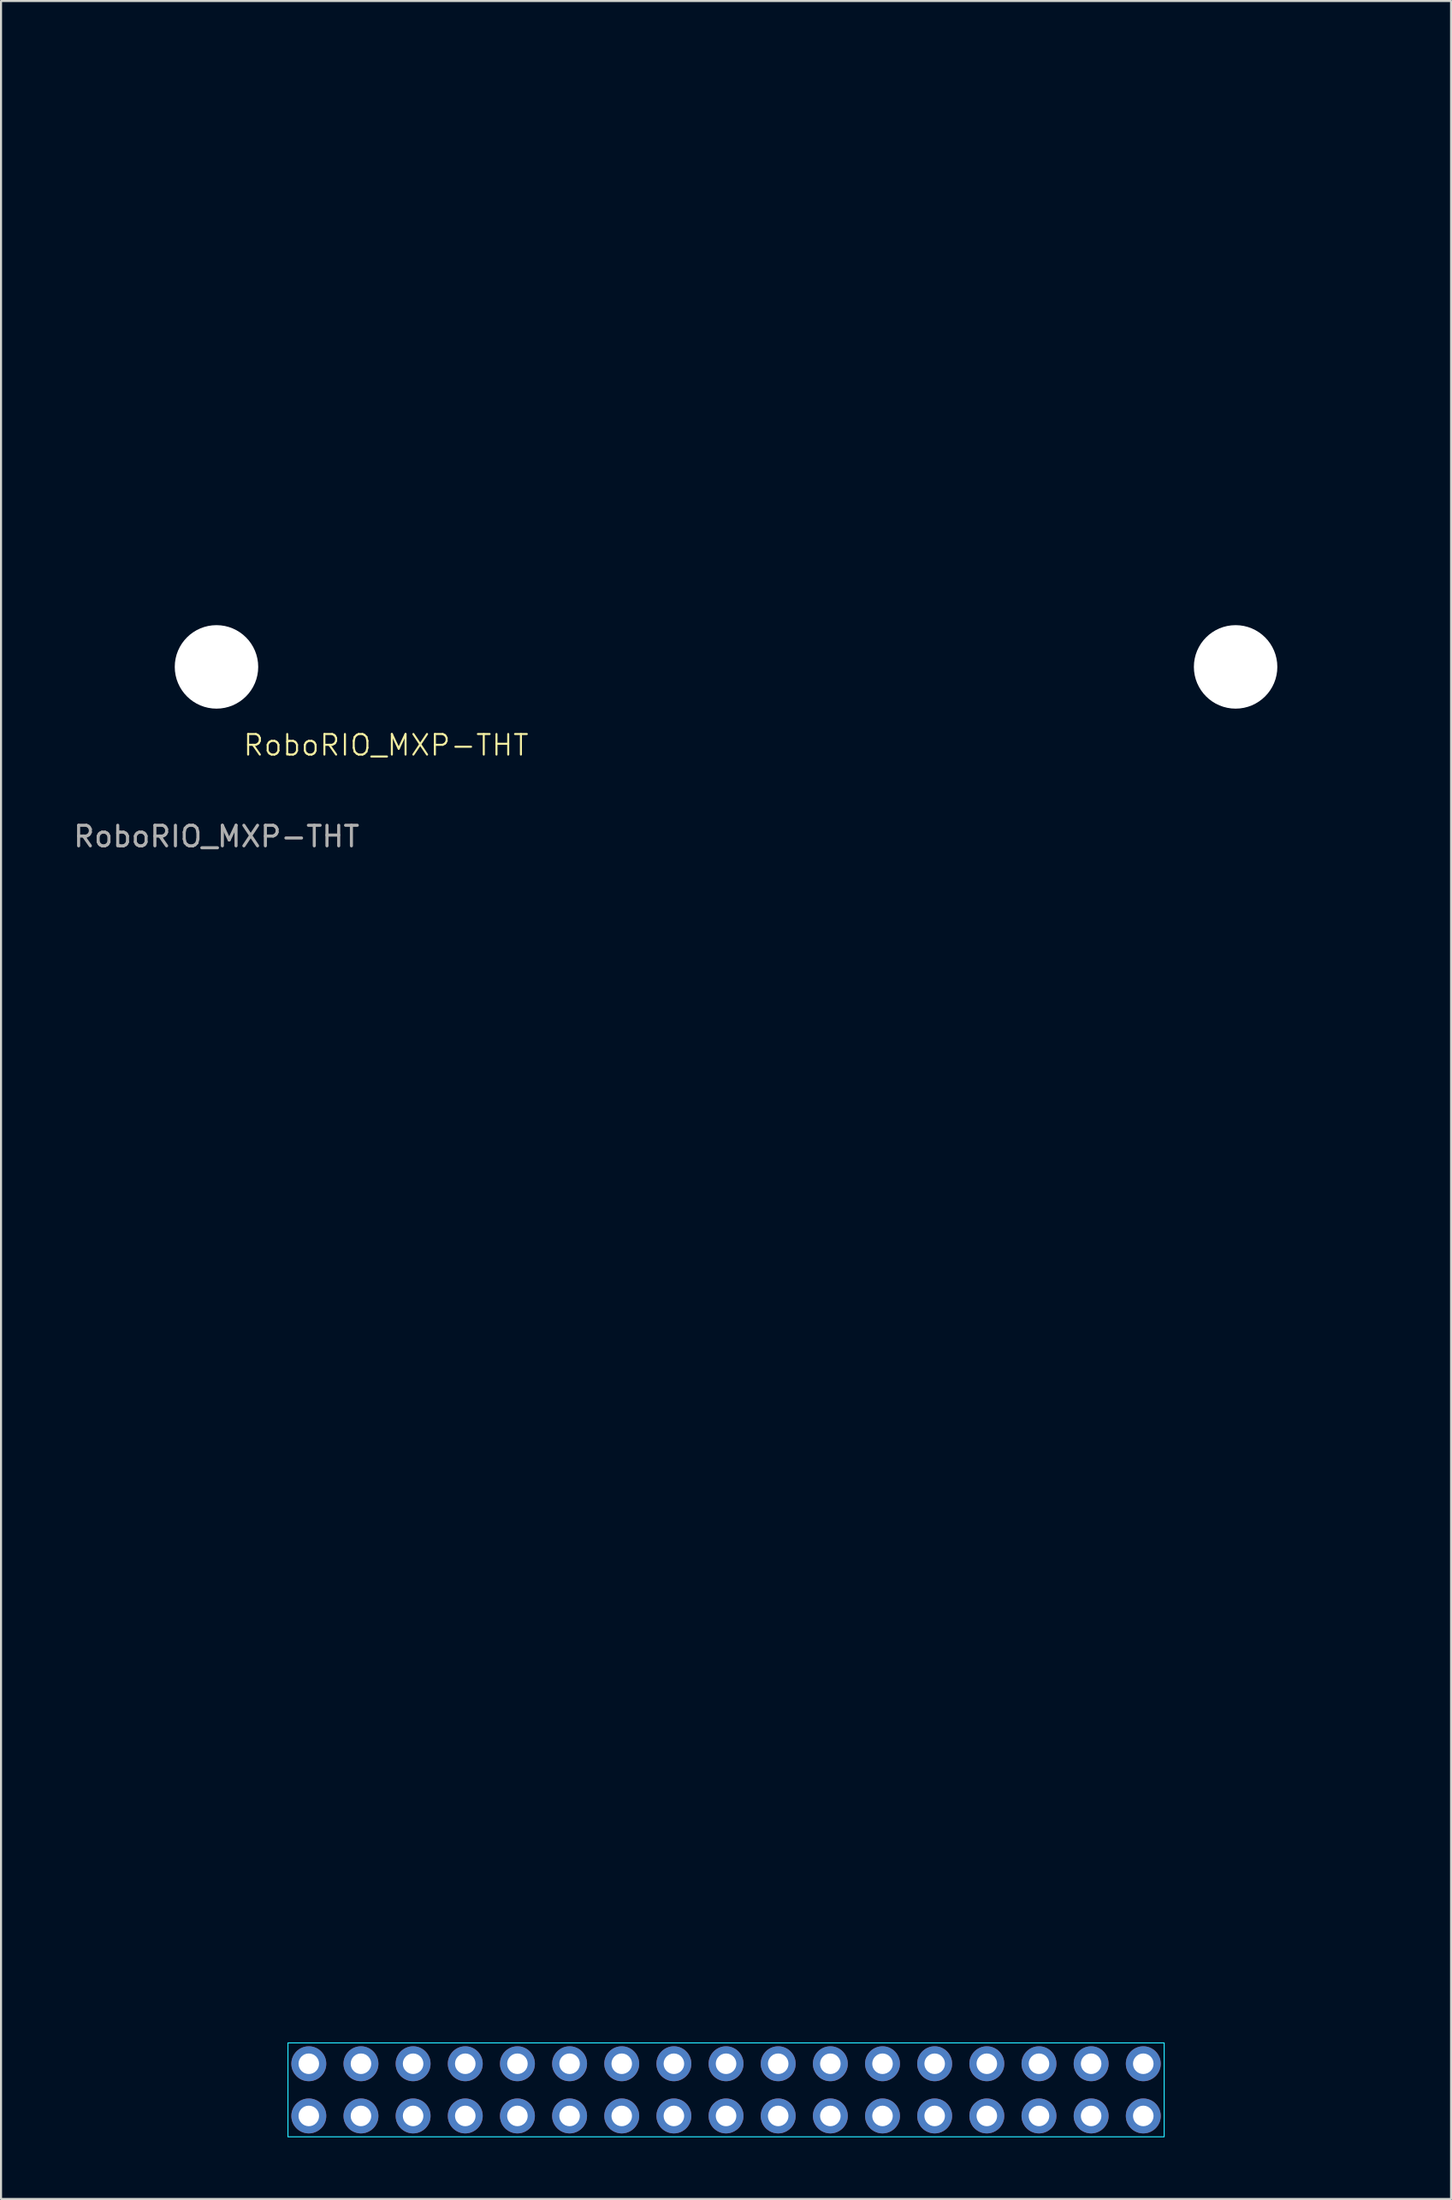
<source format=kicad_pcb>
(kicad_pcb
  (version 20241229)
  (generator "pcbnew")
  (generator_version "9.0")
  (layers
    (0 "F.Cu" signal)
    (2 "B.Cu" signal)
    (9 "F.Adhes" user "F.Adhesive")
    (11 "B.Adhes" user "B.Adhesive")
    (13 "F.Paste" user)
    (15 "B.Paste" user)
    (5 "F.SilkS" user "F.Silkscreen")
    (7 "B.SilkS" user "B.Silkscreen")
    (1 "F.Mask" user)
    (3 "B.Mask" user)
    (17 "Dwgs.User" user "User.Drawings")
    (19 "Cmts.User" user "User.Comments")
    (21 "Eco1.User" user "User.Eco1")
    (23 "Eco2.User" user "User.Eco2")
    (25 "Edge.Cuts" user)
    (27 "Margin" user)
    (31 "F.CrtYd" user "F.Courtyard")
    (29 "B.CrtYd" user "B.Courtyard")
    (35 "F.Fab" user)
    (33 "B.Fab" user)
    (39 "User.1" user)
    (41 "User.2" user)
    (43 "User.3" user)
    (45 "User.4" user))
  (footprint "RoboRIO_MXP-THT"
    (layer "F.Cu")
    (at 7.493 29.413)
    (property "Reference" "RoboRIO_MXP-THT" (at 8.255 3.81 0) (unlocked yes) (layer "F.SilkS") (effects (font (size 1 1) (thickness 0.1))))
    (attr through_hole allow_missing_courtyard)
    (fp_rect (start 3.48 66.98) (end 46.152 71.552) (stroke (width 0.05) (type solid)) (fill no) (layer "B.CrtYd"))
    (fp_text user "${REFERENCE}" (at 0 8.255 0) (unlocked yes) (layer "F.Fab") (effects (font (size 1 1) (thickness 0.15))))
    (pad "" np_thru_hole circle (at 0 0) (size 4.064 4.064) (drill 4.064) (layers "*.Cu" "*.Mask"))
    (pad "" np_thru_hole circle (at 49.632 0) (size 4.064 4.064) (drill 4.064) (layers "*.Cu" "*.Mask"))
    (pad "1" thru_hole oval (at 45.136 67.996) (size 1.7 1.7) (drill 1) (layers "*.Cu" "*.Mask"))
    (pad "2" thru_hole oval (at 45.136 70.536) (size 1.7 1.7) (drill 1) (layers "*.Cu" "*.Mask"))
    (pad "3" thru_hole oval (at 42.596 67.996) (size 1.7 1.7) (drill 1) (layers "*.Cu" "*.Mask"))
    (pad "4" thru_hole oval (at 42.596 70.536) (size 1.7 1.7) (drill 1) (layers "*.Cu" "*.Mask"))
    (pad "5" thru_hole oval (at 40.056 67.996) (size 1.7 1.7) (drill 1) (layers "*.Cu" "*.Mask"))
    (pad "6" thru_hole oval (at 40.056 70.536) (size 1.7 1.7) (drill 1) (layers "*.Cu" "*.Mask"))
    (pad "7" thru_hole oval (at 37.516 67.996) (size 1.7 1.7) (drill 1) (layers "*.Cu" "*.Mask"))
    (pad "8" thru_hole oval (at 37.516 70.536) (size 1.7 1.7) (drill 1) (layers "*.Cu" "*.Mask"))
    (pad "9" thru_hole oval (at 34.976 67.996) (size 1.7 1.7) (drill 1) (layers "*.Cu" "*.Mask"))
    (pad "10" thru_hole oval (at 34.976 70.536) (size 1.7 1.7) (drill 1) (layers "*.Cu" "*.Mask"))
    (pad "11" thru_hole oval (at 32.436 67.996) (size 1.7 1.7) (drill 1) (layers "*.Cu" "*.Mask"))
    (pad "12" thru_hole oval (at 32.436 70.536) (size 1.7 1.7) (drill 1) (layers "*.Cu" "*.Mask"))
    (pad "13" thru_hole oval (at 29.896 67.996) (size 1.7 1.7) (drill 1) (layers "*.Cu" "*.Mask"))
    (pad "14" thru_hole oval (at 29.896 70.536) (size 1.7 1.7) (drill 1) (layers "*.Cu" "*.Mask"))
    (pad "15" thru_hole oval (at 27.356 67.996) (size 1.7 1.7) (drill 1) (layers "*.Cu" "*.Mask"))
    (pad "16" thru_hole oval (at 27.356 70.536) (size 1.7 1.7) (drill 1) (layers "*.Cu" "*.Mask"))
    (pad "17" thru_hole oval (at 24.816 67.996) (size 1.7 1.7) (drill 1) (layers "*.Cu" "*.Mask"))
    (pad "18" thru_hole oval (at 24.816 70.536) (size 1.7 1.7) (drill 1) (layers "*.Cu" "*.Mask"))
    (pad "19" thru_hole oval (at 22.276 67.996) (size 1.7 1.7) (drill 1) (layers "*.Cu" "*.Mask"))
    (pad "20" thru_hole oval (at 22.276 70.536) (size 1.7 1.7) (drill 1) (layers "*.Cu" "*.Mask"))
    (pad "21" thru_hole oval (at 19.736 67.996) (size 1.7 1.7) (drill 1) (layers "*.Cu" "*.Mask"))
    (pad "22" thru_hole oval (at 19.736 70.536) (size 1.7 1.7) (drill 1) (layers "*.Cu" "*.Mask"))
    (pad "23" thru_hole oval (at 17.196 67.996) (size 1.7 1.7) (drill 1) (layers "*.Cu" "*.Mask"))
    (pad "24" thru_hole oval (at 17.196 70.536) (size 1.7 1.7) (drill 1) (layers "*.Cu" "*.Mask"))
    (pad "25" thru_hole oval (at 14.656 67.996) (size 1.7 1.7) (drill 1) (layers "*.Cu" "*.Mask"))
    (pad "26" thru_hole oval (at 14.656 70.536) (size 1.7 1.7) (drill 1) (layers "*.Cu" "*.Mask"))
    (pad "27" thru_hole oval (at 12.116 67.996) (size 1.7 1.7) (drill 1) (layers "*.Cu" "*.Mask"))
    (pad "28" thru_hole oval (at 12.116 70.536) (size 1.7 1.7) (drill 1) (layers "*.Cu" "*.Mask"))
    (pad "29" thru_hole oval (at 9.576 67.996) (size 1.7 1.7) (drill 1) (layers "*.Cu" "*.Mask"))
    (pad "30" thru_hole oval (at 9.576 70.536) (size 1.7 1.7) (drill 1) (layers "*.Cu" "*.Mask"))
    (pad "31" thru_hole oval (at 7.036 67.996) (size 1.7 1.7) (drill 1) (layers "*.Cu" "*.Mask"))
    (pad "32" thru_hole oval (at 7.036 70.536) (size 1.7 1.7) (drill 1) (layers "*.Cu" "*.Mask"))
    (pad "33" thru_hole oval (at 4.496 67.996) (size 1.7 1.7) (drill 1) (layers "*.Cu" "*.Mask"))
    (pad "34" thru_hole oval (at 4.496 70.536) (size 1.7 1.7) (drill 1) (layers "*.Cu" "*.Mask"))
    (zone (net_name "") (layers "F.Cu" "F.Mask" "B.Cu" "B.Mask" "F.SilkS" "B.SilkS" "F.Adhes" "B.Adhes" "F.Paste" "B.Paste" "Edge.Cuts" "Margin" "B.CrtYd" "F.CrtYd") (name "Rio USB/ethernet port block") (hatch edge 0.5) (connect_pads) (min_thickness 0.25) (filled_areas_thickness no) (keepout (tracks not_allowed) (vias not_allowed) (pads not_allowed) (copperpour not_allowed) (footprints not_allowed)) (placement (enabled no)) (fill) (polygon (pts (xy 0 0) (xy 64.618 0) (xy 64.618 22.428) (xy 0 22.428)))))
  (gr_rect
    (start -3 -3)
    (end 67.618 103.99)
    (stroke (width 0.1) (type default))
    (fill no)
    (layer "Edge.Cuts")))
</source>
